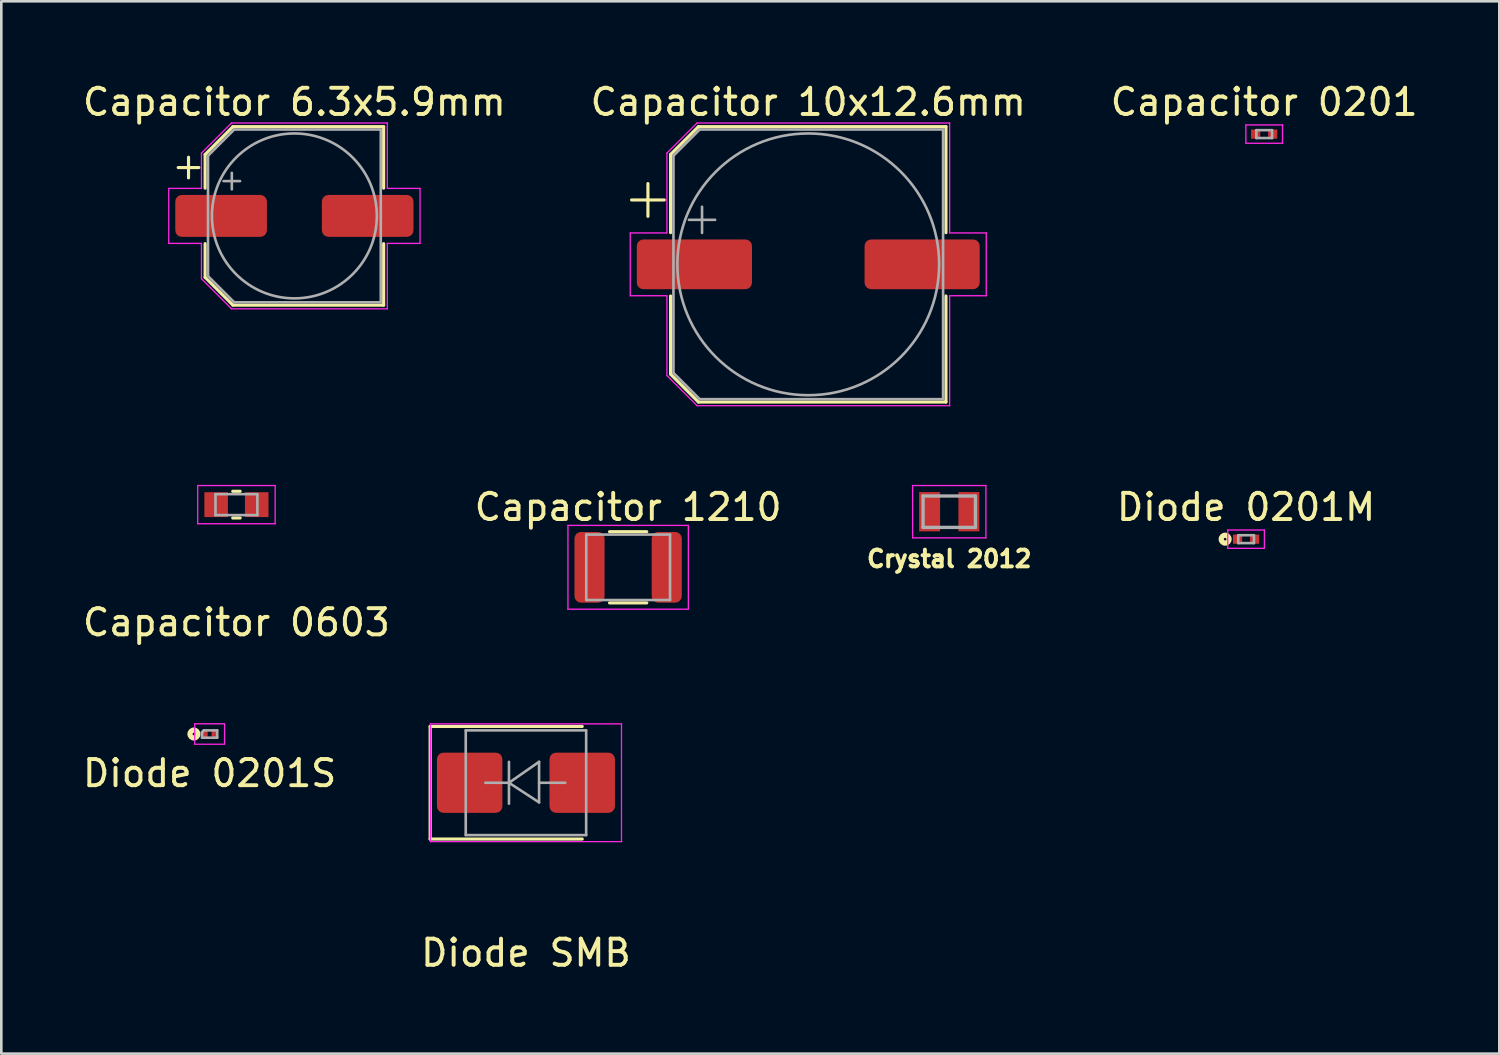
<source format=kicad_pcb>
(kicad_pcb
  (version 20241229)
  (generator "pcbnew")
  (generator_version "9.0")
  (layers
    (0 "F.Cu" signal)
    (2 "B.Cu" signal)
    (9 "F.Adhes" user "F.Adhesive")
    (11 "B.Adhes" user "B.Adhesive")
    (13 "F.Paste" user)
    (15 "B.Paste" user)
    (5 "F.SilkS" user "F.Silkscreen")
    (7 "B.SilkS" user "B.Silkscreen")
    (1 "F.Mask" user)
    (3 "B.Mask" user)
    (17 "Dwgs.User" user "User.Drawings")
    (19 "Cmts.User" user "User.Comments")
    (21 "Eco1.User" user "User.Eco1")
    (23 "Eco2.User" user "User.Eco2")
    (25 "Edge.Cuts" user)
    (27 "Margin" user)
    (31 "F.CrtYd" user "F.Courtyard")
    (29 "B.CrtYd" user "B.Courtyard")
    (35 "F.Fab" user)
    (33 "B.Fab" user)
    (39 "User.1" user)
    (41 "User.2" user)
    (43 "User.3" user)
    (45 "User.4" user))
  (footprint "Capacitor 10x12.6mm"
    (layer "F.Cu")
    (at 27.827 7.048)
    (property "Reference" "Capacitor 10x12.6mm" (at 0 -6.2 0) (layer "F.SilkS") (effects (font (size 1 1) (thickness 0.15))))
    (attr smd)
    (fp_line (start -6.75 -2.46) (end -5.5 -2.46) (stroke (width 0.12) (type solid)) (layer "F.SilkS"))
    (fp_line (start -6.125 -3.085) (end -6.125 -1.835) (stroke (width 0.12) (type solid)) (layer "F.SilkS"))
    (fp_line (start -5.26 -4.196) (end -5.26 -1.21) (stroke (width 0.12) (type solid)) (layer "F.SilkS"))
    (fp_line (start -5.26 -4.196) (end -4.196 -5.26) (stroke (width 0.12) (type solid)) (layer "F.SilkS"))
    (fp_line (start -5.26 4.196) (end -5.26 1.21) (stroke (width 0.12) (type solid)) (layer "F.SilkS"))
    (fp_line (start -5.26 4.196) (end -4.196 5.26) (stroke (width 0.12) (type solid)) (layer "F.SilkS"))
    (fp_line (start -4.196 -5.26) (end 5.26 -5.26) (stroke (width 0.12) (type solid)) (layer "F.SilkS"))
    (fp_line (start -4.196 5.26) (end 5.26 5.26) (stroke (width 0.12) (type solid)) (layer "F.SilkS"))
    (fp_line (start 5.26 -5.26) (end 5.26 -1.21) (stroke (width 0.12) (type solid)) (layer "F.SilkS"))
    (fp_line (start 5.26 5.26) (end 5.26 1.21) (stroke (width 0.12) (type solid)) (layer "F.SilkS"))
    (fp_line (start -6.8 -1.2) (end -6.8 1.2) (stroke (width 0.05) (type solid)) (layer "F.CrtYd"))
    (fp_line (start -6.8 1.2) (end -5.4 1.2) (stroke (width 0.05) (type solid)) (layer "F.CrtYd"))
    (fp_line (start -5.4 -4.25) (end -5.4 -1.2) (stroke (width 0.05) (type solid)) (layer "F.CrtYd"))
    (fp_line (start -5.4 -4.25) (end -4.25 -5.4) (stroke (width 0.05) (type solid)) (layer "F.CrtYd"))
    (fp_line (start -5.4 -1.2) (end -6.8 -1.2) (stroke (width 0.05) (type solid)) (layer "F.CrtYd"))
    (fp_line (start -5.4 1.2) (end -5.4 4.25) (stroke (width 0.05) (type solid)) (layer "F.CrtYd"))
    (fp_line (start -5.4 4.25) (end -4.25 5.4) (stroke (width 0.05) (type solid)) (layer "F.CrtYd"))
    (fp_line (start -4.25 -5.4) (end 5.4 -5.4) (stroke (width 0.05) (type solid)) (layer "F.CrtYd"))
    (fp_line (start -4.25 5.4) (end 5.4 5.4) (stroke (width 0.05) (type solid)) (layer "F.CrtYd"))
    (fp_line (start 5.4 -5.4) (end 5.4 -1.2) (stroke (width 0.05) (type solid)) (layer "F.CrtYd"))
    (fp_line (start 5.4 -1.2) (end 6.8 -1.2) (stroke (width 0.05) (type solid)) (layer "F.CrtYd"))
    (fp_line (start 5.4 1.2) (end 5.4 5.4) (stroke (width 0.05) (type solid)) (layer "F.CrtYd"))
    (fp_line (start 6.8 -1.2) (end 6.8 1.2) (stroke (width 0.05) (type solid)) (layer "F.CrtYd"))
    (fp_line (start 6.8 1.2) (end 5.4 1.2) (stroke (width 0.05) (type solid)) (layer "F.CrtYd"))
    (fp_line (start -5.15 -4.15) (end -5.15 4.15) (stroke (width 0.1) (type solid)) (layer "F.Fab"))
    (fp_line (start -5.15 -4.15) (end -4.15 -5.15) (stroke (width 0.1) (type solid)) (layer "F.Fab"))
    (fp_line (start -5.15 4.15) (end -4.15 5.15) (stroke (width 0.1) (type solid)) (layer "F.Fab"))
    (fp_line (start -4.558 -1.7) (end -3.558 -1.7) (stroke (width 0.1) (type solid)) (layer "F.Fab"))
    (fp_line (start -4.15 -5.15) (end 5.15 -5.15) (stroke (width 0.1) (type solid)) (layer "F.Fab"))
    (fp_line (start -4.15 5.15) (end 5.15 5.15) (stroke (width 0.1) (type solid)) (layer "F.Fab"))
    (fp_line (start -4.058 -2.2) (end -4.058 -1.2) (stroke (width 0.1) (type solid)) (layer "F.Fab"))
    (fp_line (start 5.15 -5.15) (end 5.15 5.15) (stroke (width 0.1) (type solid)) (layer "F.Fab"))
    (fp_circle (center 0 0) (end 5 0) (stroke (width 0.1) (type solid)) (fill no) (layer "F.Fab"))
    (pad "1" smd roundrect (at -4.35 0) (size 4.4 1.9) (layers "F.Cu" "F.Mask" "F.Paste") (roundrect_rratio 0.132))
    (pad "2" smd roundrect (at 4.35 0) (size 4.4 1.9) (layers "F.Cu" "F.Mask" "F.Paste") (roundrect_rratio 0.132)))
  (footprint "Capacitor 6.3x5.9mm"
    (layer "F.Cu")
    (at 8.196 5.198)
    (property "Reference" "Capacitor 6.3x5.9mm" (at 0 -4.35 0) (layer "F.SilkS") (effects (font (size 1 1) (thickness 0.15))))
    (attr smd)
    (fp_line (start -4.438 -1.847) (end -3.65 -1.847) (stroke (width 0.12) (type solid)) (layer "F.SilkS"))
    (fp_line (start -4.044 -2.241) (end -4.044 -1.454) (stroke (width 0.12) (type solid)) (layer "F.SilkS"))
    (fp_line (start -3.41 -2.346) (end -3.41 -1.06) (stroke (width 0.12) (type solid)) (layer "F.SilkS"))
    (fp_line (start -3.41 -2.346) (end -2.346 -3.41) (stroke (width 0.12) (type solid)) (layer "F.SilkS"))
    (fp_line (start -3.41 2.346) (end -3.41 1.06) (stroke (width 0.12) (type solid)) (layer "F.SilkS"))
    (fp_line (start -3.41 2.346) (end -2.346 3.41) (stroke (width 0.12) (type solid)) (layer "F.SilkS"))
    (fp_line (start -2.346 -3.41) (end 3.41 -3.41) (stroke (width 0.12) (type solid)) (layer "F.SilkS"))
    (fp_line (start -2.346 3.41) (end 3.41 3.41) (stroke (width 0.12) (type solid)) (layer "F.SilkS"))
    (fp_line (start 3.41 -3.41) (end 3.41 -1.06) (stroke (width 0.12) (type solid)) (layer "F.SilkS"))
    (fp_line (start 3.41 3.41) (end 3.41 1.06) (stroke (width 0.12) (type solid)) (layer "F.SilkS"))
    (fp_line (start -4.8 -1.05) (end -4.8 1.05) (stroke (width 0.05) (type solid)) (layer "F.CrtYd"))
    (fp_line (start -4.8 1.05) (end -3.55 1.05) (stroke (width 0.05) (type solid)) (layer "F.CrtYd"))
    (fp_line (start -3.55 -2.4) (end -3.55 -1.05) (stroke (width 0.05) (type solid)) (layer "F.CrtYd"))
    (fp_line (start -3.55 -2.4) (end -2.4 -3.55) (stroke (width 0.05) (type solid)) (layer "F.CrtYd"))
    (fp_line (start -3.55 -1.05) (end -4.8 -1.05) (stroke (width 0.05) (type solid)) (layer "F.CrtYd"))
    (fp_line (start -3.55 1.05) (end -3.55 2.4) (stroke (width 0.05) (type solid)) (layer "F.CrtYd"))
    (fp_line (start -3.55 2.4) (end -2.4 3.55) (stroke (width 0.05) (type solid)) (layer "F.CrtYd"))
    (fp_line (start -2.4 -3.55) (end 3.55 -3.55) (stroke (width 0.05) (type solid)) (layer "F.CrtYd"))
    (fp_line (start -2.4 3.55) (end 3.55 3.55) (stroke (width 0.05) (type solid)) (layer "F.CrtYd"))
    (fp_line (start 3.55 -3.55) (end 3.55 -1.05) (stroke (width 0.05) (type solid)) (layer "F.CrtYd"))
    (fp_line (start 3.55 -1.05) (end 4.8 -1.05) (stroke (width 0.05) (type solid)) (layer "F.CrtYd"))
    (fp_line (start 3.55 1.05) (end 3.55 3.55) (stroke (width 0.05) (type solid)) (layer "F.CrtYd"))
    (fp_line (start 4.8 -1.05) (end 4.8 1.05) (stroke (width 0.05) (type solid)) (layer "F.CrtYd"))
    (fp_line (start 4.8 1.05) (end 3.55 1.05) (stroke (width 0.05) (type solid)) (layer "F.CrtYd"))
    (fp_line (start -3.3 -2.3) (end -3.3 2.3) (stroke (width 0.1) (type solid)) (layer "F.Fab"))
    (fp_line (start -3.3 -2.3) (end -2.3 -3.3) (stroke (width 0.1) (type solid)) (layer "F.Fab"))
    (fp_line (start -3.3 2.3) (end -2.3 3.3) (stroke (width 0.1) (type solid)) (layer "F.Fab"))
    (fp_line (start -2.705 -1.33) (end -2.075 -1.33) (stroke (width 0.1) (type solid)) (layer "F.Fab"))
    (fp_line (start -2.39 -1.645) (end -2.39 -1.015) (stroke (width 0.1) (type solid)) (layer "F.Fab"))
    (fp_line (start -2.3 -3.3) (end 3.3 -3.3) (stroke (width 0.1) (type solid)) (layer "F.Fab"))
    (fp_line (start -2.3 3.3) (end 3.3 3.3) (stroke (width 0.1) (type solid)) (layer "F.Fab"))
    (fp_line (start 3.3 -3.3) (end 3.3 3.3) (stroke (width 0.1) (type solid)) (layer "F.Fab"))
    (fp_circle (center 0 0) (end 3.15 0) (stroke (width 0.1) (type solid)) (fill no) (layer "F.Fab"))
    (pad "1" smd roundrect (at -2.8 0) (size 3.5 1.6) (layers "F.Cu" "F.Mask" "F.Paste") (roundrect_rratio 0.156))
    (pad "2" smd roundrect (at 2.8 0) (size 3.5 1.6) (layers "F.Cu" "F.Mask" "F.Paste") (roundrect_rratio 0.156)))
  (footprint "Diode SMB"
    (layer "F.Cu")
    (at 17.042 26.852)
    (property "Reference" "Diode SMB" (at 0 6.5 0) (layer "F.SilkS") (effects (font (size 1 1) (thickness 0.15))))
    (attr smd)
    (fp_line (start -3.66 -2.15) (end -3.66 2.15) (stroke (width 0.12) (type solid)) (layer "F.SilkS"))
    (fp_line (start -3.66 -2.15) (end 2.15 -2.15) (stroke (width 0.12) (type solid)) (layer "F.SilkS"))
    (fp_line (start -3.66 2.15) (end 2.15 2.15) (stroke (width 0.12) (type solid)) (layer "F.SilkS"))
    (fp_line (start -3.65 -2.25) (end 3.65 -2.25) (stroke (width 0.05) (type solid)) (layer "F.CrtYd"))
    (fp_line (start -3.65 2.25) (end -3.65 -2.25) (stroke (width 0.05) (type solid)) (layer "F.CrtYd"))
    (fp_line (start 3.65 -2.25) (end 3.65 2.25) (stroke (width 0.05) (type solid)) (layer "F.CrtYd"))
    (fp_line (start 3.65 2.25) (end -3.65 2.25) (stroke (width 0.05) (type solid)) (layer "F.CrtYd"))
    (fp_line (start -2.3 2) (end -2.3 -2) (stroke (width 0.1) (type solid)) (layer "F.Fab"))
    (fp_line (start -0.649 -0.799) (end -0.649 0.801) (stroke (width 0.1) (type solid)) (layer "F.Fab"))
    (fp_line (start -0.649 0.001) (end -1.551 0.001) (stroke (width 0.1) (type solid)) (layer "F.Fab"))
    (fp_line (start -0.649 0.001) (end 0.501 -0.799) (stroke (width 0.1) (type solid)) (layer "F.Fab"))
    (fp_line (start -0.649 0.001) (end 0.501 0.75) (stroke (width 0.1) (type solid)) (layer "F.Fab"))
    (fp_line (start 0.501 0.001) (end 1.499 0.001) (stroke (width 0.1) (type solid)) (layer "F.Fab"))
    (fp_line (start 0.501 0.75) (end 0.501 -0.799) (stroke (width 0.1) (type solid)) (layer "F.Fab"))
    (fp_line (start 2.3 -2) (end -2.3 -2) (stroke (width 0.1) (type solid)) (layer "F.Fab"))
    (fp_line (start 2.3 -2) (end 2.3 2) (stroke (width 0.1) (type solid)) (layer "F.Fab"))
    (fp_line (start 2.3 2) (end -2.3 2) (stroke (width 0.1) (type solid)) (layer "F.Fab"))
    (pad "1" smd roundrect (at -2.15 0) (size 2.5 2.3) (layers "F.Cu" "F.Mask" "F.Paste") (roundrect_rratio 0.109))
    (pad "2" smd roundrect (at 2.15 0) (size 2.5 2.3) (layers "F.Cu" "F.Mask" "F.Paste") (roundrect_rratio 0.109)))
  (footprint "Capacitor 0603"
    (layer "F.Cu")
    (at 5.982 16.228)
    (property "Reference" "Capacitor 0603" (at 0 4.5 0) (layer "F.SilkS") (effects (font (size 1 1) (thickness 0.15))))
    (attr smd)
    (fp_line (start -0.141 -0.51) (end 0.141 -0.51) (stroke (width 0.12) (type solid)) (layer "F.SilkS"))
    (fp_line (start -0.141 0.51) (end 0.141 0.51) (stroke (width 0.12) (type solid)) (layer "F.SilkS"))
    (fp_line (start -1.48 -0.73) (end 1.48 -0.73) (stroke (width 0.05) (type solid)) (layer "F.CrtYd"))
    (fp_line (start -1.48 0.73) (end -1.48 -0.73) (stroke (width 0.05) (type solid)) (layer "F.CrtYd"))
    (fp_line (start 1.48 -0.73) (end 1.48 0.73) (stroke (width 0.05) (type solid)) (layer "F.CrtYd"))
    (fp_line (start 1.48 0.73) (end -1.48 0.73) (stroke (width 0.05) (type solid)) (layer "F.CrtYd"))
    (fp_line (start -0.8 -0.4) (end 0.8 -0.4) (stroke (width 0.1) (type solid)) (layer "F.Fab"))
    (fp_line (start -0.8 0.4) (end -0.8 -0.4) (stroke (width 0.1) (type solid)) (layer "F.Fab"))
    (fp_line (start 0.8 -0.4) (end 0.8 0.4) (stroke (width 0.1) (type solid)) (layer "F.Fab"))
    (fp_line (start 0.8 0.4) (end -0.8 0.4) (stroke (width 0.1) (type solid)) (layer "F.Fab"))
    (pad "1" smd rect (at -0.775 0) (size 0.9 0.95) (layers "F.Cu" "F.Mask" "F.Paste"))
    (pad "2" smd rect (at 0.775 0) (size 0.9 0.95) (layers "F.Cu" "F.Mask" "F.Paste")))
  (footprint "Diode 0201M"
    (layer "F.Cu")
    (at 44.552 17.547)
    (property "Reference" "Diode 0201M" (at 0 -1.225 0) (layer "F.SilkS") (effects (font (size 1 1) (thickness 0.15))))
    (attr smd)
    (fp_circle (center -0.8 0) (end -0.75 0) (stroke (width 0.2) (type default)) (fill no) (layer "F.SilkS"))
    (fp_line (start -0.7 -0.35) (end 0.7 -0.35) (stroke (width 0.05) (type solid)) (layer "F.CrtYd"))
    (fp_line (start -0.7 0.35) (end -0.7 -0.35) (stroke (width 0.05) (type solid)) (layer "F.CrtYd"))
    (fp_line (start 0.7 -0.35) (end 0.7 0.35) (stroke (width 0.05) (type solid)) (layer "F.CrtYd"))
    (fp_line (start 0.7 0.35) (end -0.7 0.35) (stroke (width 0.05) (type solid)) (layer "F.CrtYd"))
    (fp_line (start -0.3 -0.15) (end 0.3 -0.15) (stroke (width 0.1) (type solid)) (layer "F.Fab"))
    (fp_line (start -0.3 0.15) (end -0.3 -0.15) (stroke (width 0.1) (type solid)) (layer "F.Fab"))
    (fp_line (start 0.3 -0.15) (end 0.3 0.15) (stroke (width 0.1) (type solid)) (layer "F.Fab"))
    (fp_line (start 0.3 0.15) (end -0.3 0.15) (stroke (width 0.1) (type solid)) (layer "F.Fab"))
    (pad "" smd roundrect (at -0.34 0) (size 0.28 0.32) (layers "F.Paste") (roundrect_rratio 0.1))
    (pad "" smd roundrect (at 0.34 0) (size 0.28 0.32) (layers "F.Paste") (roundrect_rratio 0.1))
    (pad "1" smd rect (at -0.325 0) (size 0.35 0.35) (layers "F.Cu" "F.Mask"))
    (pad "2" smd rect (at 0.325 0) (size 0.35 0.35) (layers "F.Cu" "F.Mask")))
  (footprint "Capacitor 0201"
    (layer "F.Cu")
    (at 45.244 2.073)
    (property "Reference" "Capacitor 0201" (at 0 -1.225 0) (layer "F.SilkS") (effects (font (size 1 1) (thickness 0.15))))
    (attr smd)
    (fp_line (start -0.7 -0.35) (end 0.7 -0.35) (stroke (width 0.05) (type solid)) (layer "F.CrtYd"))
    (fp_line (start -0.7 0.35) (end -0.7 -0.35) (stroke (width 0.05) (type solid)) (layer "F.CrtYd"))
    (fp_line (start 0.7 -0.35) (end 0.7 0.35) (stroke (width 0.05) (type solid)) (layer "F.CrtYd"))
    (fp_line (start 0.7 0.35) (end -0.7 0.35) (stroke (width 0.05) (type solid)) (layer "F.CrtYd"))
    (fp_line (start -0.3 -0.15) (end 0.3 -0.15) (stroke (width 0.1) (type solid)) (layer "F.Fab"))
    (fp_line (start -0.3 0.15) (end -0.3 -0.15) (stroke (width 0.1) (type solid)) (layer "F.Fab"))
    (fp_line (start 0.3 -0.15) (end 0.3 0.15) (stroke (width 0.1) (type solid)) (layer "F.Fab"))
    (fp_line (start 0.3 0.15) (end -0.3 0.15) (stroke (width 0.1) (type solid)) (layer "F.Fab"))
    (pad "" smd roundrect (at -0.34 0) (size 0.28 0.32) (layers "F.Paste") (roundrect_rratio 0.1))
    (pad "" smd roundrect (at 0.34 0) (size 0.28 0.32) (layers "F.Paste") (roundrect_rratio 0.1))
    (pad "1" smd rect (at -0.325 0) (size 0.35 0.35) (layers "F.Cu" "F.Mask"))
    (pad "2" smd rect (at 0.325 0) (size 0.35 0.35) (layers "F.Cu" "F.Mask")))
  (footprint "Diode 0201S"
    (layer "F.Cu")
    (at 4.958 24.991)
    (property "Reference" "Diode 0201S" (at 0 1.5 0) (layer "F.SilkS") (effects (font (size 1 1) (thickness 0.15))))
    (attr smd)
    (fp_circle (center -0.6 0) (end -0.55 0) (stroke (width 0.2) (type default)) (fill no) (layer "F.SilkS"))
    (fp_line (start -0.57 -0.39) (end -0.57 0.39) (stroke (width 0.05) (type solid)) (layer "F.CrtYd"))
    (fp_line (start -0.57 0.39) (end 0.57 0.39) (stroke (width 0.05) (type solid)) (layer "F.CrtYd"))
    (fp_line (start 0.57 -0.39) (end -0.57 -0.39) (stroke (width 0.05) (type solid)) (layer "F.CrtYd"))
    (fp_line (start 0.57 0.39) (end 0.57 -0.39) (stroke (width 0.05) (type solid)) (layer "F.CrtYd"))
    (fp_line (start -0.29 -0.07) (end -0.22 -0.14) (stroke (width 0.1) (type solid)) (layer "F.Fab"))
    (fp_line (start -0.29 0.14) (end -0.29 -0.07) (stroke (width 0.1) (type solid)) (layer "F.Fab"))
    (fp_line (start -0.22 -0.14) (end 0.29 -0.14) (stroke (width 0.1) (type solid)) (layer "F.Fab"))
    (fp_line (start 0.29 -0.14) (end 0.29 0.14) (stroke (width 0.1) (type solid)) (layer "F.Fab"))
    (fp_line (start 0.29 0.14) (end -0.29 0.14) (stroke (width 0.1) (type solid)) (layer "F.Fab"))
    (pad "" smd roundrect (at -0.185 0) (size 0.21 0.29) (layers "F.Paste") (roundrect_rratio 0.476))
    (pad "" smd roundrect (at 0.185 0) (size 0.21 0.29) (layers "F.Paste") (roundrect_rratio 0.476))
    (pad "1" smd roundrect (at -0.185 0) (size 0.22 0.3) (layers "F.Cu" "F.Mask") (roundrect_rratio 0.25))
    (pad "2" smd roundrect (at 0.185 0) (size 0.22 0.3) (layers "F.Cu" "F.Mask") (roundrect_rratio 0.25)))
  (footprint "Capacitor 1210"
    (layer "F.Cu")
    (at 20.946 18.622)
    (property "Reference" "Capacitor 1210" (at 0 -2.3 0) (layer "F.SilkS") (effects (font (size 1 1) (thickness 0.15))))
    (attr smd)
    (fp_line (start -0.711 -1.36) (end 0.711 -1.36) (stroke (width 0.12) (type solid)) (layer "F.SilkS"))
    (fp_line (start -0.711 1.36) (end 0.711 1.36) (stroke (width 0.12) (type solid)) (layer "F.SilkS"))
    (fp_line (start -2.3 -1.6) (end 2.3 -1.6) (stroke (width 0.05) (type solid)) (layer "F.CrtYd"))
    (fp_line (start -2.3 1.6) (end -2.3 -1.6) (stroke (width 0.05) (type solid)) (layer "F.CrtYd"))
    (fp_line (start 2.3 -1.6) (end 2.3 1.6) (stroke (width 0.05) (type solid)) (layer "F.CrtYd"))
    (fp_line (start 2.3 1.6) (end -2.3 1.6) (stroke (width 0.05) (type solid)) (layer "F.CrtYd"))
    (fp_line (start -1.6 -1.25) (end 1.6 -1.25) (stroke (width 0.1) (type solid)) (layer "F.Fab"))
    (fp_line (start -1.6 1.25) (end -1.6 -1.25) (stroke (width 0.1) (type solid)) (layer "F.Fab"))
    (fp_line (start 1.6 -1.25) (end 1.6 1.25) (stroke (width 0.1) (type solid)) (layer "F.Fab"))
    (fp_line (start 1.6 1.25) (end -1.6 1.25) (stroke (width 0.1) (type solid)) (layer "F.Fab"))
    (pad "1" smd roundrect (at -1.475 0) (size 1.15 2.7) (layers "F.Cu" "F.Mask" "F.Paste") (roundrect_rratio 0.217))
    (pad "2" smd roundrect (at 1.475 0) (size 1.15 2.7) (layers "F.Cu" "F.Mask" "F.Paste") (roundrect_rratio 0.217)))
  (footprint "Crystal 2012"
    (layer "F.Cu")
    (at 33.213 16.498)
    (property "Reference" "Crystal 2012" (at 0 1.8 0) (layer "F.SilkS") (effects (font (size 0.64 0.64) (thickness 0.15))))
    (attr smd)
    (fp_line (start -1.4 -1) (end -1.4 1) (stroke (width 0.05) (type solid)) (layer "F.CrtYd"))
    (fp_line (start -1.4 1) (end 1.4 1) (stroke (width 0.05) (type solid)) (layer "F.CrtYd"))
    (fp_line (start 1.4 -1) (end -1.4 -1) (stroke (width 0.05) (type solid)) (layer "F.CrtYd"))
    (fp_line (start 1.4 1) (end 1.4 -1) (stroke (width 0.05) (type solid)) (layer "F.CrtYd"))
    (fp_line (start -1 -0.6) (end -1 0.6) (stroke (width 0.127) (type solid)) (layer "F.Fab"))
    (fp_line (start -1 -0.6) (end 1 -0.6) (stroke (width 0.127) (type solid)) (layer "F.Fab"))
    (fp_line (start -1 0.6) (end 1 0.6) (stroke (width 0.127) (type solid)) (layer "F.Fab"))
    (fp_line (start 1 -0.6) (end 1 0.6) (stroke (width 0.127) (type solid)) (layer "F.Fab"))
    (pad "1" smd rect (at -0.75 0) (size 0.8 1.5) (layers "F.Cu" "F.Mask" "F.Paste"))
    (pad "2" smd rect (at 0.75 0) (size 0.8 1.5) (layers "F.Cu" "F.Mask" "F.Paste")))
  (gr_rect
    (start -3 -3)
    (end 54.226 37.2)
    (stroke (width 0.1) (type default))
    (fill no)
    (layer "Edge.Cuts")))
</source>
